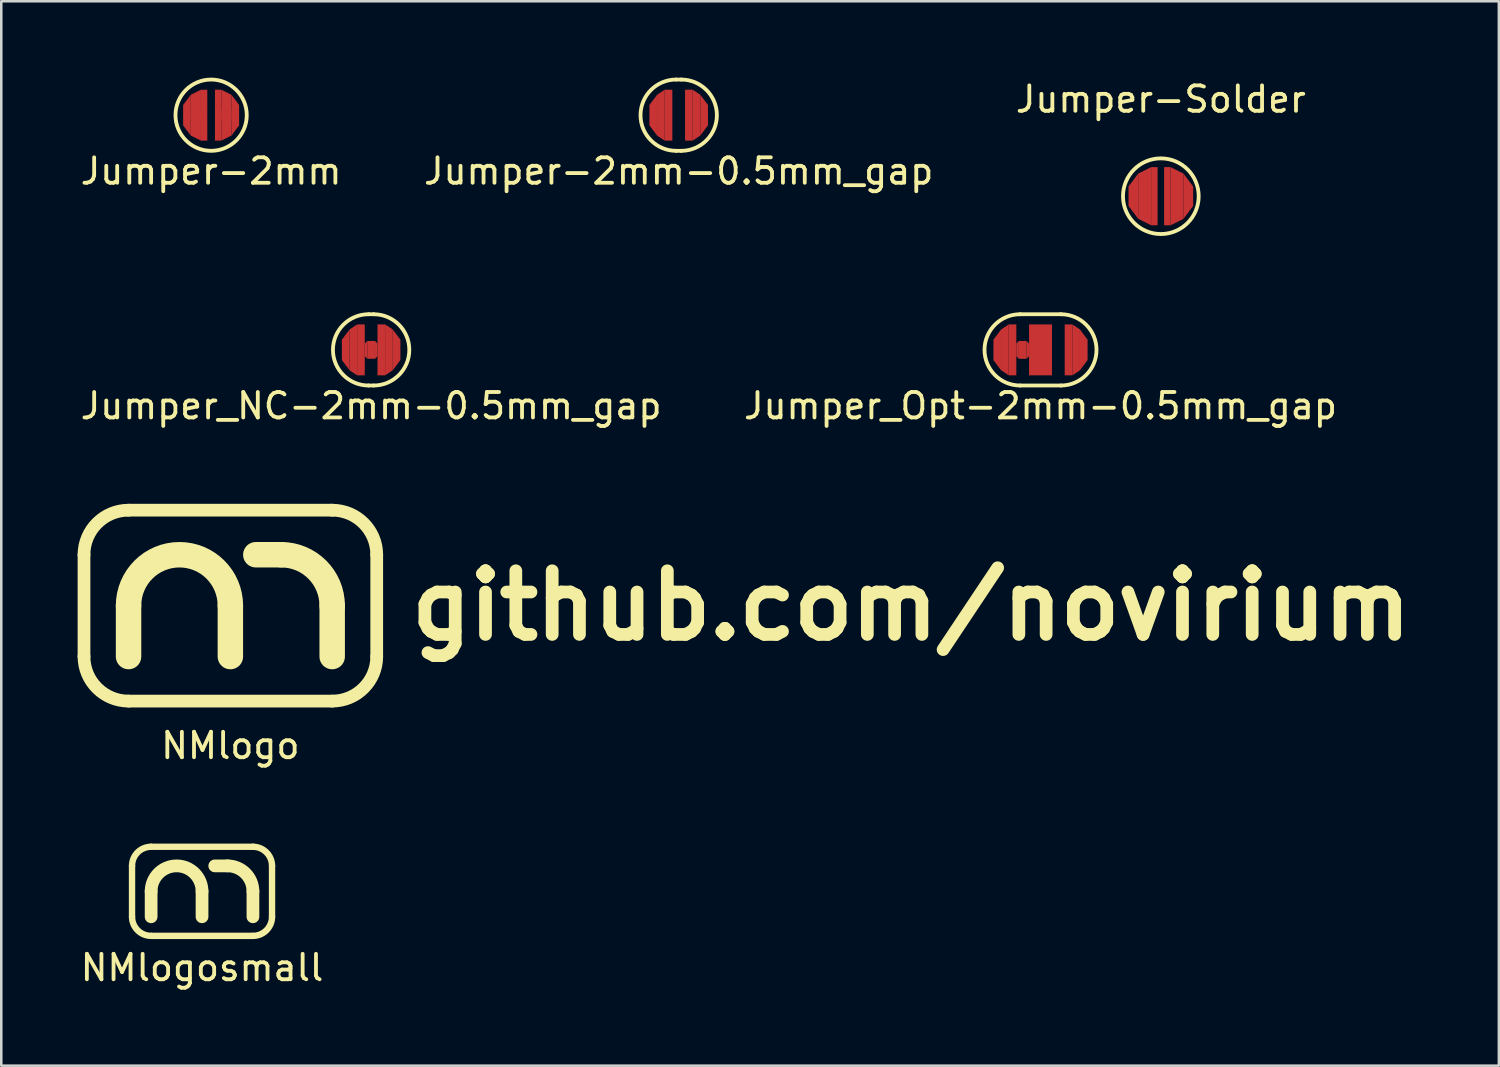
<source format=kicad_pcb>
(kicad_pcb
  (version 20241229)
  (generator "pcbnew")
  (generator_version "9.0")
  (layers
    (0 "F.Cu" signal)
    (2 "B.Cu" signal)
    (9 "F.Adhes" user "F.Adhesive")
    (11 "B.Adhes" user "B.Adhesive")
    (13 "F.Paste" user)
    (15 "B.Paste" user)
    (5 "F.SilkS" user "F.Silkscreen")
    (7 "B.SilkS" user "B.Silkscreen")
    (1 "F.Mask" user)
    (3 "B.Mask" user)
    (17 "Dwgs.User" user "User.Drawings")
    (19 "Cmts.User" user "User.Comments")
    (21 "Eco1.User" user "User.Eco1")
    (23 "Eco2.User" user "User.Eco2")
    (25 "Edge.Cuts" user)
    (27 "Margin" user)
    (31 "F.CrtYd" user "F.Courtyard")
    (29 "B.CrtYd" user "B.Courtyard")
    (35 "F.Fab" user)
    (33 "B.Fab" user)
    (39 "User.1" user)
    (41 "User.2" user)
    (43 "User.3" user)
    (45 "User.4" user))
  (footprint "NMlogo"
    (layer "F.Cu")
    (at 12 20.743)
    (property "Reference" "NMlogo" (at -6 5.5 0) (layer "F.SilkS") (effects (font (size 1 1) (thickness 0.15))))
    (attr through_hole)
    (fp_line (start -11.75 2) (end -11.75 -2) (stroke (width 0.5) (type solid)) (layer "F.SilkS"))
    (fp_line (start -10 2) (end -10 0) (stroke (width 1) (type solid)) (layer "F.SilkS"))
    (fp_line (start -6 0) (end -6 2) (stroke (width 1) (type solid)) (layer "F.SilkS"))
    (fp_line (start -5 -2) (end -4 -2) (stroke (width 1) (type solid)) (layer "F.SilkS"))
    (fp_line (start -2 -3.75) (end -10 -3.75) (stroke (width 0.5) (type solid)) (layer "F.SilkS"))
    (fp_line (start -2 0) (end -2 2) (stroke (width 1) (type solid)) (layer "F.SilkS"))
    (fp_line (start -2 3.75) (end -10 3.75) (stroke (width 0.5) (type solid)) (layer "F.SilkS"))
    (fp_line (start -0.25 -2) (end -0.25 2) (stroke (width 0.5) (type solid)) (layer "F.SilkS"))
    (fp_arc (start -11.75 -2) (mid -11.237437 -3.237437) (end -10 -3.75) (stroke (width 0.5) (type solid)) (layer "F.SilkS"))
    (fp_arc (start -10 0) (mid -8 -2) (end -6 0) (stroke (width 1) (type solid)) (layer "F.SilkS"))
    (fp_arc (start -10 3.75) (mid -11.237437 3.237437) (end -11.75 2) (stroke (width 0.5) (type solid)) (layer "F.SilkS"))
    (fp_arc (start -4 -2) (mid -2.585786 -1.414214) (end -2 0) (stroke (width 1) (type solid)) (layer "F.SilkS"))
    (fp_arc (start -2 -3.75) (mid -0.762563 -3.237437) (end -0.25 -2) (stroke (width 0.5) (type solid)) (layer "F.SilkS"))
    (fp_arc (start -0.25 2) (mid -0.762563 3.237437) (end -2 3.75) (stroke (width 0.5) (type solid)) (layer "F.SilkS"))
    (fp_text user "github.com/novirium" (at 20.75 0 0) (layer "F.SilkS") (effects (font (size 2.5 2.5) (thickness 0.5)))))
  (footprint "Jumper_Opt-2mm-0.5mm_gap"
    (placed yes)
    (layer "F.Cu")
    (at 37.827 10.695)
    (property "Reference" "Jumper_Opt-2mm-0.5mm_gap" (at 0 2.2 0) (layer "F.SilkS") (effects (font (size 1 1) (thickness 0.15))))
    (attr through_hole)
    (fp_line (start -0.8 -1.1) (end 0.8 -1.1) (stroke (width 0.2) (type solid)) (layer "F.Mask"))
    (fp_line (start -0.2 -0.9) (end 0.2 -0.9) (stroke (width 0.2) (type solid)) (layer "F.Mask"))
    (fp_line (start -0.2 0.9) (end 0.2 0.9) (stroke (width 0.2) (type solid)) (layer "F.Mask"))
    (fp_line (start 0.8 1.1) (end -0.8 1.1) (stroke (width 0.2) (type solid)) (layer "F.Mask"))
    (fp_circle (center -0.8 0) (end -0.2 0) (stroke (width 1.2) (type solid)) (fill no) (layer "F.Mask"))
    (fp_circle (center 0.8 0) (end 1.4 0) (stroke (width 1.2) (type solid)) (fill no) (layer "F.Mask"))
    (fp_line (start -0.8 -1.4) (end 0.8 -1.4) (stroke (width 0.15) (type solid)) (layer "F.SilkS"))
    (fp_line (start -0.8 1.4) (end 0.8 1.4) (stroke (width 0.15) (type solid)) (layer "F.SilkS"))
    (fp_arc (start -0.8 1.4) (mid -2.2 0) (end -0.8 -1.4) (stroke (width 0.15) (type solid)) (layer "F.SilkS"))
    (fp_arc (start 0.8 -1.4) (mid 2.2 0) (end 0.8 1.4) (stroke (width 0.15) (type solid)) (layer "F.SilkS"))
    (pad "" smd trapezoid (at -0.9 0 180) (size 0.1 0.6) (rect_delta 0.1 0) (layers "F.Cu" "F.Paste"))
    (pad "" smd rect (at -0.7 0) (size 0.3 0.7) (layers "F.Cu" "F.Paste"))
    (pad "" smd trapezoid (at -0.5 0) (size 0.1 0.6) (rect_delta 0.1 0) (layers "F.Cu" "F.Paste"))
    (pad "1" smd trapezoid (at -1.7 0 90) (size 1.2 0.3) (rect_delta 0 0.4) (layers "F.Cu" "F.Paste"))
    (pad "1" smd trapezoid (at -1.4 0 90) (size 1.8 0.3) (rect_delta 0 0.2) (layers "F.Cu" "F.Paste"))
    (pad "1" smd rect (at -1.1 0 270) (size 2 0.3) (layers "F.Cu" "F.Paste"))
    (pad "2" smd rect (at 0 0 270) (size 2 0.9) (layers "F.Cu" "F.Paste"))
    (pad "3" smd rect (at 1.1 0 270) (size 2 0.3) (layers "F.Cu" "F.Paste"))
    (pad "3" smd trapezoid (at 1.4 0 270) (size 1.8 0.3) (rect_delta 0 0.2) (layers "F.Cu" "F.Paste"))
    (pad "3" smd trapezoid (at 1.7 0 270) (size 1.2 0.3) (rect_delta 0 0.4) (layers "F.Cu" "F.Paste")))
  (footprint "Jumper-2mm"
    (placed yes)
    (layer "F.Cu")
    (at 5.244 1.475)
    (property "Reference" "Jumper-2mm" (at 0 2.2 0) (layer "F.SilkS") (effects (font (size 1 1) (thickness 0.15))))
    (attr through_hole)
    (fp_circle (center 0 0) (end 0.6 0) (stroke (width 1.2) (type solid)) (fill no) (layer "F.Mask"))
    (fp_circle (center 0 0) (end 1.4 0) (stroke (width 0.15) (type solid)) (fill no) (layer "F.SilkS"))
    (pad "1" smd trapezoid (at -0.95 0 90) (size 1.2 0.3) (rect_delta 0 0.4) (layers "F.Cu" "F.Paste"))
    (pad "1" smd rect (at -0.6 0) (size 0.4 0.4) (layers "F.Cu" "F.Paste"))
    (pad "1" smd trapezoid (at -0.6 0 90) (size 1.8 0.4) (rect_delta 0 0.2) (layers "F.Cu" "F.Paste"))
    (pad "1" smd rect (at -0.275 0 90) (size 2 0.25) (layers "F.Cu" "F.Paste"))
    (pad "2" smd rect (at 0.275 0 270) (size 2 0.25) (layers "F.Cu" "F.Paste"))
    (pad "2" smd rect (at 0.6 0 180) (size 0.4 0.4) (layers "F.Cu" "F.Paste"))
    (pad "2" smd trapezoid (at 0.6 0 270) (size 1.8 0.4) (rect_delta 0 0.2) (layers "F.Cu" "F.Paste"))
    (pad "2" smd trapezoid (at 0.95 0 270) (size 1.2 0.3) (rect_delta 0 0.4) (layers "F.Cu" "F.Paste")))
  (footprint "Jumper-2mm-0.5mm_gap"
    (placed yes)
    (layer "F.Cu")
    (at 23.613 1.475)
    (property "Reference" "Jumper-2mm-0.5mm_gap" (at 0 2.2 0) (layer "F.SilkS") (effects (font (size 1 1) (thickness 0.15))))
    (attr through_hole)
    (fp_line (start -0.1 -1.1) (end 0.1 -1.1) (stroke (width 0.2) (type solid)) (layer "F.Mask"))
    (fp_line (start 0.1 1.1) (end -0.1 1.1) (stroke (width 0.2) (type solid)) (layer "F.Mask"))
    (fp_circle (center -0.1 0) (end 0.5 0) (stroke (width 1.2) (type solid)) (fill no) (layer "F.Mask"))
    (fp_circle (center 0.1 0) (end 0.7 0) (stroke (width 1.2) (type solid)) (fill no) (layer "F.Mask"))
    (fp_line (start -0.1 -1.4) (end 0.1 -1.4) (stroke (width 0.15) (type solid)) (layer "F.SilkS"))
    (fp_line (start -0.1 1.4) (end 0.1 1.4) (stroke (width 0.15) (type solid)) (layer "F.SilkS"))
    (fp_arc (start -0.1 1.4) (mid -1.5 0) (end -0.1 -1.4) (stroke (width 0.15) (type solid)) (layer "F.SilkS"))
    (fp_arc (start 0.1 -1.4) (mid 1.5 0) (end 0.1 1.4) (stroke (width 0.15) (type solid)) (layer "F.SilkS"))
    (pad "1" smd trapezoid (at -1 0 90) (size 1.2 0.3) (rect_delta 0 0.4) (layers "F.Cu" "F.Paste"))
    (pad "1" smd trapezoid (at -0.7 0 90) (size 1.8 0.3) (rect_delta 0 0.2) (layers "F.Cu" "F.Paste"))
    (pad "1" smd rect (at -0.4 0 270) (size 2 0.3) (layers "F.Cu" "F.Paste"))
    (pad "2" smd rect (at 0.4 0 270) (size 2 0.3) (layers "F.Cu" "F.Paste"))
    (pad "2" smd trapezoid (at 0.7 0 270) (size 1.8 0.3) (rect_delta 0 0.2) (layers "F.Cu" "F.Paste"))
    (pad "2" smd trapezoid (at 1 0 270) (size 1.2 0.3) (rect_delta 0 0.4) (layers "F.Cu" "F.Paste")))
  (footprint "Jumper-Solder"
    (placed yes)
    (layer "F.Cu")
    (at 42.554 4.658)
    (property "Reference" "Jumper-Solder" (at 0 -3.81 0) (layer "F.SilkS") (effects (font (size 1 1) (thickness 0.15))))
    (attr through_hole)
    (fp_circle (center 0 0) (end 1.397 -0.508) (stroke (width 0.15) (type solid)) (fill no) (layer "F.SilkS"))
    (pad "1" smd trapezoid (at -1.079 0 90) (size 1.27 0.381) (rect_delta 0 0.508) (layers "F.Cu" "F.Mask" "F.Paste"))
    (pad "1" smd trapezoid (at -0.635 0 90) (size 2.032 0.508) (rect_delta 0 0.254) (layers "F.Cu" "F.Mask" "F.Paste"))
    (pad "1" smd rect (at -0.254 0 90) (size 2.286 0.254) (layers "F.Cu" "F.Mask" "F.Paste"))
    (pad "2" smd rect (at 0.254 0 270) (size 2.286 0.254) (layers "F.Cu" "F.Mask" "F.Paste"))
    (pad "2" smd trapezoid (at 0.635 0 270) (size 2.032 0.508) (rect_delta 0 0.254) (layers "F.Cu" "F.Mask" "F.Paste"))
    (pad "2" smd trapezoid (at 1.079 0 270) (size 1.27 0.381) (rect_delta 0 0.508) (layers "F.Cu" "F.Mask" "F.Paste")))
  (footprint "NMlogosmall"
    (layer "F.Cu")
    (at 4.887 31.966)
    (property "Reference" "NMlogosmall" (at 0 3 0) (layer "F.SilkS") (effects (font (size 1 1) (thickness 0.15))))
    (attr through_hole)
    (fp_line (start -2.75 1) (end -2.75 -1) (stroke (width 0.25) (type solid)) (layer "F.SilkS"))
    (fp_line (start -2 -1.75) (end 2 -1.75) (stroke (width 0.25) (type solid)) (layer "F.SilkS"))
    (fp_line (start -2 0) (end -2 1) (stroke (width 0.5) (type solid)) (layer "F.SilkS"))
    (fp_line (start 0 0) (end 0 1) (stroke (width 0.5) (type solid)) (layer "F.SilkS"))
    (fp_line (start 1 -1) (end 0.5 -1) (stroke (width 0.5) (type solid)) (layer "F.SilkS"))
    (fp_line (start 2 0) (end 2 1) (stroke (width 0.5) (type solid)) (layer "F.SilkS"))
    (fp_line (start 2 1.75) (end -2 1.75) (stroke (width 0.25) (type solid)) (layer "F.SilkS"))
    (fp_line (start 2.75 1) (end 2.75 -1) (stroke (width 0.25) (type solid)) (layer "F.SilkS"))
    (fp_arc (start -2.75 -1) (mid -2.53033 -1.53033) (end -2 -1.75) (stroke (width 0.25) (type solid)) (layer "F.SilkS"))
    (fp_arc (start -2 0) (mid -1 -1) (end 0 0) (stroke (width 0.5) (type solid)) (layer "F.SilkS"))
    (fp_arc (start -2 1.75) (mid -2.53033 1.53033) (end -2.75 1) (stroke (width 0.25) (type solid)) (layer "F.SilkS"))
    (fp_arc (start 1 -1) (mid 1.707107 -0.707107) (end 2 0) (stroke (width 0.5) (type solid)) (layer "F.SilkS"))
    (fp_arc (start 2 -1.75) (mid 2.53033 -1.53033) (end 2.75 -1) (stroke (width 0.25) (type solid)) (layer "F.SilkS"))
    (fp_arc (start 2.75 1) (mid 2.53033 1.53033) (end 2 1.75) (stroke (width 0.25) (type solid)) (layer "F.SilkS")))
  (footprint "Jumper_NC-2mm-0.5mm_gap"
    (placed yes)
    (layer "F.Cu")
    (at 11.53 10.695)
    (property "Reference" "Jumper_NC-2mm-0.5mm_gap" (at 0 2.2 0) (layer "F.SilkS") (effects (font (size 1 1) (thickness 0.15))))
    (attr through_hole)
    (fp_line (start -0.1 -1.1) (end 0.1 -1.1) (stroke (width 0.2) (type solid)) (layer "F.Mask"))
    (fp_line (start 0.1 1.1) (end -0.1 1.1) (stroke (width 0.2) (type solid)) (layer "F.Mask"))
    (fp_circle (center -0.1 0) (end 0.5 0) (stroke (width 1.2) (type solid)) (fill no) (layer "F.Mask"))
    (fp_circle (center 0.1 0) (end 0.7 0) (stroke (width 1.2) (type solid)) (fill no) (layer "F.Mask"))
    (fp_line (start -0.1 -1.4) (end 0.1 -1.4) (stroke (width 0.15) (type solid)) (layer "F.SilkS"))
    (fp_line (start -0.1 1.4) (end 0.1 1.4) (stroke (width 0.15) (type solid)) (layer "F.SilkS"))
    (fp_arc (start -0.1 1.4) (mid -1.5 0) (end -0.1 -1.4) (stroke (width 0.15) (type solid)) (layer "F.SilkS"))
    (fp_arc (start 0.1 -1.4) (mid 1.5 0) (end 0.1 1.4) (stroke (width 0.15) (type solid)) (layer "F.SilkS"))
    (pad "" smd trapezoid (at -0.2 0 180) (size 0.1 0.6) (rect_delta 0.1 0) (layers "F.Cu" "F.Paste"))
    (pad "" smd rect (at 0 0) (size 0.3 0.7) (layers "F.Cu" "F.Paste"))
    (pad "" smd trapezoid (at 0.2 0) (size 0.1 0.6) (rect_delta 0.1 0) (layers "F.Cu" "F.Paste"))
    (pad "1" smd trapezoid (at -1 0 90) (size 1.2 0.3) (rect_delta 0 0.4) (layers "F.Cu" "F.Paste"))
    (pad "1" smd trapezoid (at -0.7 0 90) (size 1.8 0.3) (rect_delta 0 0.2) (layers "F.Cu" "F.Paste"))
    (pad "1" smd rect (at -0.4 0 270) (size 2 0.3) (layers "F.Cu" "F.Paste"))
    (pad "2" smd rect (at 0.4 0 270) (size 2 0.3) (layers "F.Cu" "F.Paste"))
    (pad "2" smd trapezoid (at 0.7 0 270) (size 1.8 0.3) (rect_delta 0 0.2) (layers "F.Cu" "F.Paste"))
    (pad "2" smd trapezoid (at 1 0 270) (size 1.2 0.3) (rect_delta 0 0.4) (layers "F.Cu" "F.Paste")))
  (gr_rect
    (start -3 -3)
    (end 55.833 38.814)
    (stroke (width 0.1) (type default))
    (fill no)
    (layer "Edge.Cuts")))
</source>
